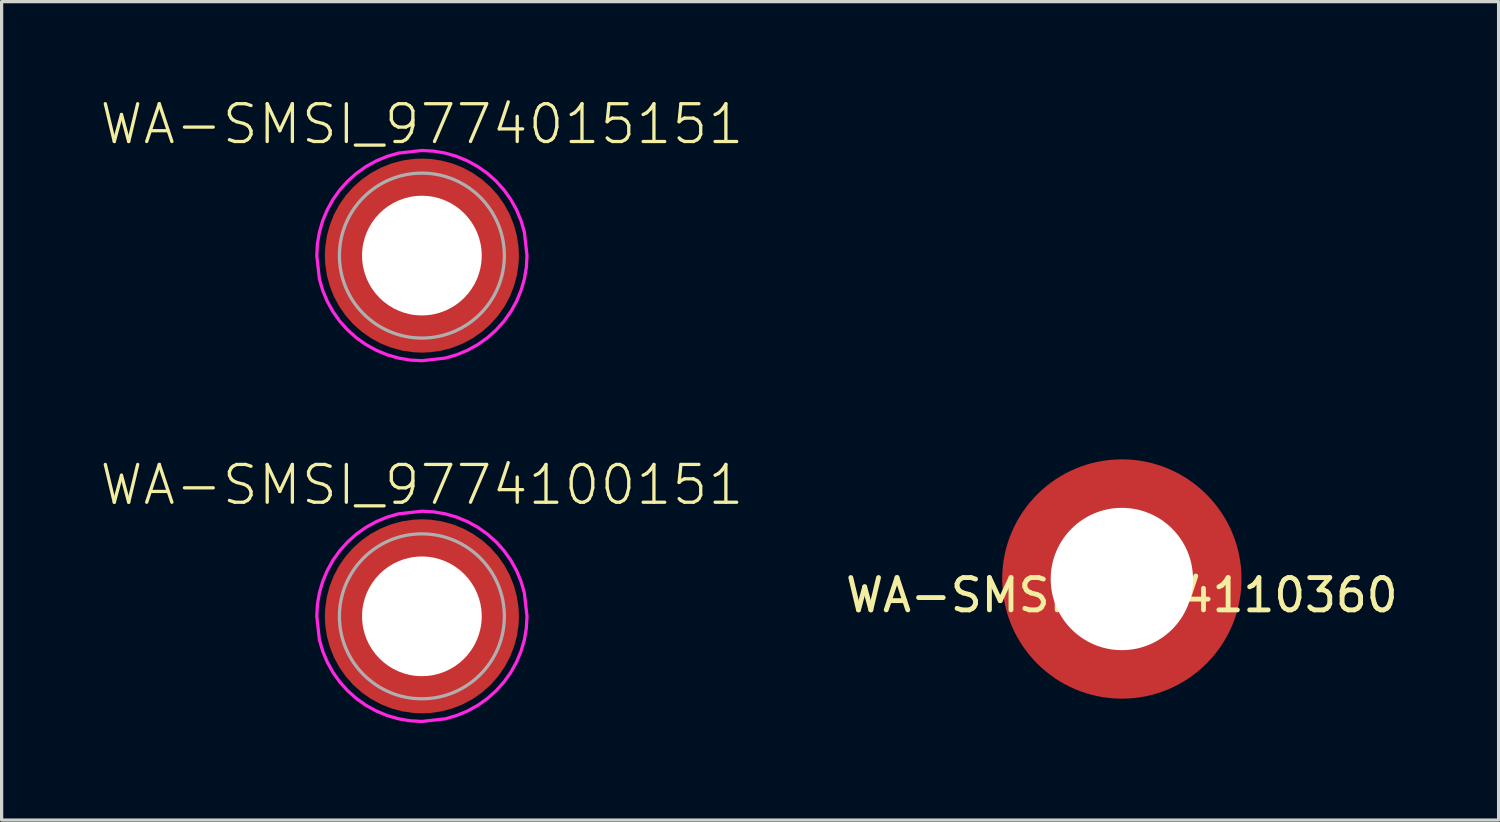
<source format=kicad_pcb>
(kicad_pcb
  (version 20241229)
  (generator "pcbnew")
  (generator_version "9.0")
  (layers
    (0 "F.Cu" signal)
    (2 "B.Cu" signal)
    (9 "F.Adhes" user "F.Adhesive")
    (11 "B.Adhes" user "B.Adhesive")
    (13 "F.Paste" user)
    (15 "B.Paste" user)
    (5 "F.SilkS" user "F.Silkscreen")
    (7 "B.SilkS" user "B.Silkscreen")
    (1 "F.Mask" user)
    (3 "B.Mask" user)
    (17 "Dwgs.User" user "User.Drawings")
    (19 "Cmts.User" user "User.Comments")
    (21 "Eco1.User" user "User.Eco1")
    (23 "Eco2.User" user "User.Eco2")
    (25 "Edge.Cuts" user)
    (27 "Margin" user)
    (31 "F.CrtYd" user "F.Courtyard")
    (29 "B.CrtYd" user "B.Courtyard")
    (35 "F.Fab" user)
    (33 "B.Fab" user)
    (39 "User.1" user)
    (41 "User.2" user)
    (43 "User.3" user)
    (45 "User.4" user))
  (footprint "WA-SMSI_9774015151"
    (layer "F.Cu")
    (at 9.995 4.853)
    (property "Reference" "WA-SMSI_9774015151" (at 0 -3.38 0) (layer "F.SilkS") (effects (font (size 1.168 1.168) (thickness 0.102)) (justify bottom)))
    (fp_poly (pts (xy -1.865 0.335) (xy -1.86 0.369) (xy -1.845 0.434) (xy -1.815 0.549) (xy -1.79 0.623) (xy -1.755 0.713) (xy -1.735 0.763) (xy -1.691 0.858) (xy -1.651 0.933) (xy -1.581 1.047) (xy -1.536 1.112) (xy -1.501 1.157) (xy -1.441 1.232) (xy -1.391 1.287) (xy -1.351 1.331) (xy -1.312 1.366) (xy -1.232 1.441) (xy -1.177 1.486) (xy -1.132 1.521) (xy -1.077 1.561) (xy -1.022 1.596) (xy -0.957 1.636) (xy -0.888 1.676) (xy -0.808 1.715) (xy -0.728 1.75) (xy -0.643 1.785) (xy -0.569 1.81) (xy -0.494 1.83) (xy -0.414 1.85) (xy -0.34 1.865) (xy -0.32 1.865) (xy -0.32 2.911) (xy -0.351 2.905) (xy -0.421 2.895) (xy -0.511 2.88) (xy -0.591 2.865) (xy -0.666 2.85) (xy -0.766 2.825) (xy -0.851 2.8) (xy -0.942 2.77) (xy -1.012 2.745) (xy -1.092 2.715) (xy -1.177 2.68) (xy -1.252 2.645) (xy -1.372 2.584) (xy -1.442 2.544) (xy -1.513 2.504) (xy -1.583 2.459) (xy -1.623 2.434) (xy -1.688 2.389) (xy -1.738 2.354) (xy -1.783 2.319) (xy -1.848 2.269) (xy -1.913 2.214) (xy -1.953 2.179) (xy -2.018 2.119) (xy -2.079 2.059) (xy -2.129 2.008) (xy -2.169 1.963) (xy -2.209 1.918) (xy -2.264 1.853) (xy -2.304 1.803) (xy -2.349 1.743) (xy -2.399 1.673) (xy -2.444 1.608) (xy -2.494 1.528) (xy -2.529 1.473) (xy -2.574 1.387) (xy -2.614 1.317) (xy -2.655 1.232) (xy -2.685 1.162) (xy -2.73 1.057) (xy -2.765 0.957) (xy -2.79 0.882) (xy -2.815 0.801) (xy -2.845 0.681) (xy -2.865 0.596) (xy -2.88 0.516) (xy -2.895 0.431) (xy -2.905 0.35) (xy -2.905 0.32) (xy -1.865 0.32)) (stroke (width 0) (type solid)) (fill yes) (layer "F.Paste"))
    (fp_poly (pts (xy -1.287 -1.391) (xy -1.331 -1.351) (xy -1.366 -1.312) (xy -1.441 -1.232) (xy -1.486 -1.177) (xy -1.521 -1.132) (xy -1.561 -1.077) (xy -1.596 -1.022) (xy -1.636 -0.957) (xy -1.676 -0.888) (xy -1.715 -0.808) (xy -1.75 -0.728) (xy -1.785 -0.643) (xy -1.81 -0.569) (xy -1.83 -0.494) (xy -1.85 -0.414) (xy -1.865 -0.34) (xy -1.865 -0.32) (xy -2.911 -0.32) (xy -2.905 -0.351) (xy -2.895 -0.421) (xy -2.88 -0.511) (xy -2.865 -0.591) (xy -2.85 -0.666) (xy -2.825 -0.766) (xy -2.8 -0.851) (xy -2.77 -0.942) (xy -2.745 -1.012) (xy -2.715 -1.092) (xy -2.68 -1.177) (xy -2.645 -1.252) (xy -2.584 -1.372) (xy -2.544 -1.442) (xy -2.504 -1.513) (xy -2.459 -1.583) (xy -2.434 -1.623) (xy -2.389 -1.688) (xy -2.354 -1.738) (xy -2.319 -1.783) (xy -2.269 -1.848) (xy -2.214 -1.913) (xy -2.179 -1.953) (xy -2.119 -2.018) (xy -2.059 -2.079) (xy -2.008 -2.129) (xy -1.963 -2.169) (xy -1.918 -2.209) (xy -1.853 -2.264) (xy -1.803 -2.304) (xy -1.743 -2.349) (xy -1.673 -2.399) (xy -1.608 -2.444) (xy -1.528 -2.494) (xy -1.473 -2.529) (xy -1.387 -2.574) (xy -1.317 -2.614) (xy -1.232 -2.655) (xy -1.162 -2.685) (xy -1.057 -2.73) (xy -0.957 -2.765) (xy -0.882 -2.79) (xy -0.801 -2.815) (xy -0.681 -2.845) (xy -0.596 -2.865) (xy -0.516 -2.88) (xy -0.431 -2.895) (xy -0.35 -2.905) (xy -0.32 -2.905) (xy -0.32 -1.865) (xy -0.335 -1.865) (xy -0.369 -1.86) (xy -0.434 -1.845) (xy -0.549 -1.815) (xy -0.623 -1.79) (xy -0.713 -1.755) (xy -0.763 -1.735) (xy -0.858 -1.691) (xy -0.933 -1.651) (xy -1.047 -1.581) (xy -1.112 -1.536) (xy -1.157 -1.501) (xy -1.232 -1.441)) (stroke (width 0) (type solid)) (fill yes) (layer "F.Paste"))
    (fp_poly (pts (xy 0.351 -2.905) (xy 0.421 -2.895) (xy 0.511 -2.88) (xy 0.591 -2.865) (xy 0.666 -2.85) (xy 0.766 -2.825) (xy 0.851 -2.8) (xy 0.942 -2.77) (xy 1.012 -2.745) (xy 1.092 -2.715) (xy 1.177 -2.68) (xy 1.252 -2.645) (xy 1.372 -2.584) (xy 1.442 -2.544) (xy 1.513 -2.504) (xy 1.583 -2.459) (xy 1.623 -2.434) (xy 1.688 -2.389) (xy 1.738 -2.354) (xy 1.783 -2.319) (xy 1.848 -2.269) (xy 1.913 -2.214) (xy 1.953 -2.179) (xy 2.018 -2.119) (xy 2.079 -2.059) (xy 2.129 -2.008) (xy 2.169 -1.963) (xy 2.209 -1.918) (xy 2.264 -1.853) (xy 2.304 -1.803) (xy 2.349 -1.743) (xy 2.399 -1.673) (xy 2.444 -1.608) (xy 2.494 -1.528) (xy 2.529 -1.473) (xy 2.574 -1.387) (xy 2.614 -1.317) (xy 2.655 -1.232) (xy 2.685 -1.162) (xy 2.73 -1.057) (xy 2.765 -0.957) (xy 2.79 -0.882) (xy 2.815 -0.801) (xy 2.845 -0.681) (xy 2.865 -0.596) (xy 2.88 -0.516) (xy 2.895 -0.431) (xy 2.905 -0.35) (xy 2.905 -0.32) (xy 1.865 -0.32) (xy 1.865 -0.335) (xy 1.86 -0.369) (xy 1.845 -0.434) (xy 1.815 -0.549) (xy 1.79 -0.623) (xy 1.755 -0.713) (xy 1.735 -0.763) (xy 1.691 -0.858) (xy 1.651 -0.933) (xy 1.581 -1.047) (xy 1.536 -1.112) (xy 1.501 -1.157) (xy 1.441 -1.232) (xy 1.391 -1.287) (xy 1.351 -1.331) (xy 1.312 -1.366) (xy 1.232 -1.441) (xy 1.177 -1.486) (xy 1.132 -1.521) (xy 1.077 -1.561) (xy 1.022 -1.596) (xy 0.957 -1.636) (xy 0.888 -1.676) (xy 0.808 -1.715) (xy 0.728 -1.75) (xy 0.643 -1.785) (xy 0.569 -1.81) (xy 0.494 -1.83) (xy 0.414 -1.85) (xy 0.34 -1.865) (xy 0.32 -1.865) (xy 0.32 -2.911)) (stroke (width 0) (type solid)) (fill yes) (layer "F.Paste"))
    (fp_poly (pts (xy 1.387 2.574) (xy 1.317 2.614) (xy 1.232 2.655) (xy 1.162 2.685) (xy 1.057 2.73) (xy 0.957 2.765) (xy 0.882 2.79) (xy 0.801 2.815) (xy 0.681 2.845) (xy 0.596 2.865) (xy 0.516 2.88) (xy 0.431 2.895) (xy 0.35 2.905) (xy 0.32 2.905) (xy 0.32 1.865) (xy 0.335 1.865) (xy 0.369 1.86) (xy 0.434 1.845) (xy 0.549 1.815) (xy 0.623 1.79) (xy 0.713 1.755) (xy 0.763 1.735) (xy 0.858 1.691) (xy 0.933 1.651) (xy 1.047 1.581) (xy 1.112 1.536) (xy 1.157 1.501) (xy 1.232 1.441) (xy 1.287 1.391) (xy 1.331 1.351) (xy 1.366 1.312) (xy 1.441 1.232) (xy 1.486 1.177) (xy 1.521 1.132) (xy 1.561 1.077) (xy 1.596 1.022) (xy 1.636 0.957) (xy 1.676 0.888) (xy 1.715 0.808) (xy 1.75 0.728) (xy 1.785 0.643) (xy 1.81 0.569) (xy 1.83 0.494) (xy 1.85 0.414) (xy 1.865 0.34) (xy 1.865 0.32) (xy 2.911 0.32) (xy 2.905 0.351) (xy 2.895 0.421) (xy 2.88 0.511) (xy 2.865 0.591) (xy 2.85 0.666) (xy 2.825 0.766) (xy 2.8 0.851) (xy 2.77 0.942) (xy 2.745 1.012) (xy 2.715 1.092) (xy 2.68 1.177) (xy 2.645 1.252) (xy 2.584 1.372) (xy 2.544 1.442) (xy 2.504 1.513) (xy 2.459 1.583) (xy 2.434 1.623) (xy 2.389 1.688) (xy 2.354 1.738) (xy 2.319 1.783) (xy 2.269 1.848) (xy 2.214 1.913) (xy 2.179 1.953) (xy 2.119 2.018) (xy 2.059 2.079) (xy 2.008 2.129) (xy 1.963 2.169) (xy 1.918 2.209) (xy 1.853 2.264) (xy 1.803 2.304) (xy 1.743 2.349) (xy 1.673 2.399) (xy 1.608 2.444) (xy 1.528 2.494) (xy 1.473 2.529)) (stroke (width 0) (type solid)) (fill yes) (layer "F.Paste"))
    (fp_poly (pts (xy 0.364 -3.23) (xy 0.723 -3.169) (xy 1.073 -3.068) (xy 1.41 -2.928) (xy 1.729 -2.752) (xy 2.026 -2.541) (xy 2.298 -2.298) (xy 2.541 -2.026) (xy 2.752 -1.729) (xy 2.928 -1.41) (xy 3.068 -1.073) (xy 3.169 -0.722) (xy 3.25 -0.001) (xy 3.23 0.364) (xy 3.169 0.723) (xy 3.068 1.073) (xy 2.928 1.41) (xy 2.752 1.729) (xy 2.541 2.026) (xy 2.298 2.298) (xy 2.026 2.541) (xy 1.729 2.752) (xy 1.41 2.928) (xy 1.073 3.068) (xy 0.722 3.169) (xy 0.001 3.25) (xy -0.364 3.23) (xy -0.723 3.169) (xy -1.073 3.068) (xy -1.41 2.928) (xy -1.729 2.752) (xy -2.026 2.541) (xy -2.298 2.298) (xy -2.541 2.026) (xy -2.752 1.729) (xy -2.928 1.41) (xy -3.068 1.073) (xy -3.169 0.722) (xy -3.25 0.001) (xy -3.23 -0.364) (xy -3.169 -0.723) (xy -3.068 -1.073) (xy -2.928 -1.41) (xy -2.752 -1.729) (xy -2.541 -2.026) (xy -2.298 -2.298) (xy -2.026 -2.541) (xy -1.729 -2.752) (xy -1.41 -2.928) (xy -1.073 -3.068) (xy -0.722 -3.169) (xy -0.001 -3.25)) (stroke (width 0.1) (type solid)) (fill no) (layer "F.CrtYd"))
    (fp_circle (center 0 0) (end 2.55 0) (stroke (width 0.1) (type solid)) (fill no) (layer "F.Fab"))
    (pad "" np_thru_hole circle (at 0 0) (size 3.7 3.7) (drill 3.7) (layers "*.Cu" "*.Mask"))
    (pad "1" smd roundrect (at 0 0) (size 6 6) (layers "F.Cu" "F.Mask") (roundrect_rratio 0.5)))
  (footprint "WA-SMSI_9774110360"
    (layer "F.Cu")
    (at 31.638 14.853)
    (property "Reference" "WA-SMSI_9774110360" (at 0 0.5 0) (layer "F.SilkS") (effects (font (size 1 1) (thickness 0.15))))
    (attr through_hole)
    (fp_arc (start -2.899998 -0.799999) (mid -2.127203 -2.127203) (end -0.799999 -2.899998) (stroke (width 1) (type default)) (layer "F.Paste"))
    (fp_arc (start -0.8 2.899998) (mid -2.127204 2.127203) (end -2.899999 0.799999) (stroke (width 1) (type default)) (layer "F.Paste"))
    (fp_arc (start 0.8 -2.899998) (mid 2.127204 -2.127203) (end 2.899999 -0.799999) (stroke (width 1) (type default)) (layer "F.Paste"))
    (fp_arc (start 2.899998 0.8) (mid 2.127203 2.127204) (end 0.799999 2.899999) (stroke (width 1) (type default)) (layer "F.Paste"))
    (pad "" np_thru_hole circle (at 0 0) (size 7.4 7.4) (drill 4.4) (layers "*.Mask" "F.Cu")))
  (footprint "WA-SMSI_9774100151"
    (layer "F.Cu")
    (at 9.995 16.007)
    (property "Reference" "WA-SMSI_9774100151" (at 0 -3.38 0) (layer "F.SilkS") (effects (font (size 1.168 1.168) (thickness 0.102)) (justify bottom)))
    (fp_poly (pts (xy -1.865 0.335) (xy -1.86 0.369) (xy -1.845 0.434) (xy -1.815 0.549) (xy -1.79 0.623) (xy -1.755 0.713) (xy -1.735 0.763) (xy -1.691 0.858) (xy -1.651 0.933) (xy -1.581 1.047) (xy -1.536 1.112) (xy -1.501 1.157) (xy -1.441 1.232) (xy -1.391 1.287) (xy -1.351 1.331) (xy -1.312 1.366) (xy -1.232 1.441) (xy -1.177 1.486) (xy -1.132 1.521) (xy -1.077 1.561) (xy -1.022 1.596) (xy -0.957 1.636) (xy -0.888 1.676) (xy -0.808 1.715) (xy -0.728 1.75) (xy -0.643 1.785) (xy -0.569 1.81) (xy -0.494 1.83) (xy -0.414 1.85) (xy -0.34 1.865) (xy -0.32 1.865) (xy -0.32 2.911) (xy -0.351 2.905) (xy -0.421 2.895) (xy -0.511 2.88) (xy -0.591 2.865) (xy -0.666 2.85) (xy -0.766 2.825) (xy -0.851 2.8) (xy -0.942 2.77) (xy -1.012 2.745) (xy -1.092 2.715) (xy -1.177 2.68) (xy -1.252 2.645) (xy -1.372 2.584) (xy -1.442 2.544) (xy -1.513 2.504) (xy -1.583 2.459) (xy -1.623 2.434) (xy -1.688 2.389) (xy -1.738 2.354) (xy -1.783 2.319) (xy -1.848 2.269) (xy -1.913 2.214) (xy -1.953 2.179) (xy -2.018 2.119) (xy -2.079 2.059) (xy -2.129 2.008) (xy -2.169 1.963) (xy -2.209 1.918) (xy -2.264 1.853) (xy -2.304 1.803) (xy -2.349 1.743) (xy -2.399 1.673) (xy -2.444 1.608) (xy -2.494 1.528) (xy -2.529 1.473) (xy -2.574 1.387) (xy -2.614 1.317) (xy -2.655 1.232) (xy -2.685 1.162) (xy -2.73 1.057) (xy -2.765 0.957) (xy -2.79 0.882) (xy -2.815 0.801) (xy -2.845 0.681) (xy -2.865 0.596) (xy -2.88 0.516) (xy -2.895 0.431) (xy -2.905 0.35) (xy -2.905 0.32) (xy -1.865 0.32)) (stroke (width 0) (type solid)) (fill yes) (layer "F.Paste"))
    (fp_poly (pts (xy -1.287 -1.391) (xy -1.331 -1.351) (xy -1.366 -1.312) (xy -1.441 -1.232) (xy -1.486 -1.177) (xy -1.521 -1.132) (xy -1.561 -1.077) (xy -1.596 -1.022) (xy -1.636 -0.957) (xy -1.676 -0.888) (xy -1.715 -0.808) (xy -1.75 -0.728) (xy -1.785 -0.643) (xy -1.81 -0.569) (xy -1.83 -0.494) (xy -1.85 -0.414) (xy -1.865 -0.34) (xy -1.865 -0.32) (xy -2.911 -0.32) (xy -2.905 -0.351) (xy -2.895 -0.421) (xy -2.88 -0.511) (xy -2.865 -0.591) (xy -2.85 -0.666) (xy -2.825 -0.766) (xy -2.8 -0.851) (xy -2.77 -0.942) (xy -2.745 -1.012) (xy -2.715 -1.092) (xy -2.68 -1.177) (xy -2.645 -1.252) (xy -2.584 -1.372) (xy -2.544 -1.442) (xy -2.504 -1.513) (xy -2.459 -1.583) (xy -2.434 -1.623) (xy -2.389 -1.688) (xy -2.354 -1.738) (xy -2.319 -1.783) (xy -2.269 -1.848) (xy -2.214 -1.913) (xy -2.179 -1.953) (xy -2.119 -2.018) (xy -2.059 -2.079) (xy -2.008 -2.129) (xy -1.963 -2.169) (xy -1.918 -2.209) (xy -1.853 -2.264) (xy -1.803 -2.304) (xy -1.743 -2.349) (xy -1.673 -2.399) (xy -1.608 -2.444) (xy -1.528 -2.494) (xy -1.473 -2.529) (xy -1.387 -2.574) (xy -1.317 -2.614) (xy -1.232 -2.655) (xy -1.162 -2.685) (xy -1.057 -2.73) (xy -0.957 -2.765) (xy -0.882 -2.79) (xy -0.801 -2.815) (xy -0.681 -2.845) (xy -0.596 -2.865) (xy -0.516 -2.88) (xy -0.431 -2.895) (xy -0.35 -2.905) (xy -0.32 -2.905) (xy -0.32 -1.865) (xy -0.335 -1.865) (xy -0.369 -1.86) (xy -0.434 -1.845) (xy -0.549 -1.815) (xy -0.623 -1.79) (xy -0.713 -1.755) (xy -0.763 -1.735) (xy -0.858 -1.691) (xy -0.933 -1.651) (xy -1.047 -1.581) (xy -1.112 -1.536) (xy -1.157 -1.501) (xy -1.232 -1.441)) (stroke (width 0) (type solid)) (fill yes) (layer "F.Paste"))
    (fp_poly (pts (xy 0.351 -2.905) (xy 0.421 -2.895) (xy 0.511 -2.88) (xy 0.591 -2.865) (xy 0.666 -2.85) (xy 0.766 -2.825) (xy 0.851 -2.8) (xy 0.942 -2.77) (xy 1.012 -2.745) (xy 1.092 -2.715) (xy 1.177 -2.68) (xy 1.252 -2.645) (xy 1.372 -2.584) (xy 1.442 -2.544) (xy 1.513 -2.504) (xy 1.583 -2.459) (xy 1.623 -2.434) (xy 1.688 -2.389) (xy 1.738 -2.354) (xy 1.783 -2.319) (xy 1.848 -2.269) (xy 1.913 -2.214) (xy 1.953 -2.179) (xy 2.018 -2.119) (xy 2.079 -2.059) (xy 2.129 -2.008) (xy 2.169 -1.963) (xy 2.209 -1.918) (xy 2.264 -1.853) (xy 2.304 -1.803) (xy 2.349 -1.743) (xy 2.399 -1.673) (xy 2.444 -1.608) (xy 2.494 -1.528) (xy 2.529 -1.473) (xy 2.574 -1.387) (xy 2.614 -1.317) (xy 2.655 -1.232) (xy 2.685 -1.162) (xy 2.73 -1.057) (xy 2.765 -0.957) (xy 2.79 -0.882) (xy 2.815 -0.801) (xy 2.845 -0.681) (xy 2.865 -0.596) (xy 2.88 -0.516) (xy 2.895 -0.431) (xy 2.905 -0.35) (xy 2.905 -0.32) (xy 1.865 -0.32) (xy 1.865 -0.335) (xy 1.86 -0.369) (xy 1.845 -0.434) (xy 1.815 -0.549) (xy 1.79 -0.623) (xy 1.755 -0.713) (xy 1.735 -0.763) (xy 1.691 -0.858) (xy 1.651 -0.933) (xy 1.581 -1.047) (xy 1.536 -1.112) (xy 1.501 -1.157) (xy 1.441 -1.232) (xy 1.391 -1.287) (xy 1.351 -1.331) (xy 1.312 -1.366) (xy 1.232 -1.441) (xy 1.177 -1.486) (xy 1.132 -1.521) (xy 1.077 -1.561) (xy 1.022 -1.596) (xy 0.957 -1.636) (xy 0.888 -1.676) (xy 0.808 -1.715) (xy 0.728 -1.75) (xy 0.643 -1.785) (xy 0.569 -1.81) (xy 0.494 -1.83) (xy 0.414 -1.85) (xy 0.34 -1.865) (xy 0.32 -1.865) (xy 0.32 -2.911)) (stroke (width 0) (type solid)) (fill yes) (layer "F.Paste"))
    (fp_poly (pts (xy 1.387 2.574) (xy 1.317 2.614) (xy 1.232 2.655) (xy 1.162 2.685) (xy 1.057 2.73) (xy 0.957 2.765) (xy 0.882 2.79) (xy 0.801 2.815) (xy 0.681 2.845) (xy 0.596 2.865) (xy 0.516 2.88) (xy 0.431 2.895) (xy 0.35 2.905) (xy 0.32 2.905) (xy 0.32 1.865) (xy 0.335 1.865) (xy 0.369 1.86) (xy 0.434 1.845) (xy 0.549 1.815) (xy 0.623 1.79) (xy 0.713 1.755) (xy 0.763 1.735) (xy 0.858 1.691) (xy 0.933 1.651) (xy 1.047 1.581) (xy 1.112 1.536) (xy 1.157 1.501) (xy 1.232 1.441) (xy 1.287 1.391) (xy 1.331 1.351) (xy 1.366 1.312) (xy 1.441 1.232) (xy 1.486 1.177) (xy 1.521 1.132) (xy 1.561 1.077) (xy 1.596 1.022) (xy 1.636 0.957) (xy 1.676 0.888) (xy 1.715 0.808) (xy 1.75 0.728) (xy 1.785 0.643) (xy 1.81 0.569) (xy 1.83 0.494) (xy 1.85 0.414) (xy 1.865 0.34) (xy 1.865 0.32) (xy 2.911 0.32) (xy 2.905 0.351) (xy 2.895 0.421) (xy 2.88 0.511) (xy 2.865 0.591) (xy 2.85 0.666) (xy 2.825 0.766) (xy 2.8 0.851) (xy 2.77 0.942) (xy 2.745 1.012) (xy 2.715 1.092) (xy 2.68 1.177) (xy 2.645 1.252) (xy 2.584 1.372) (xy 2.544 1.442) (xy 2.504 1.513) (xy 2.459 1.583) (xy 2.434 1.623) (xy 2.389 1.688) (xy 2.354 1.738) (xy 2.319 1.783) (xy 2.269 1.848) (xy 2.214 1.913) (xy 2.179 1.953) (xy 2.119 2.018) (xy 2.059 2.079) (xy 2.008 2.129) (xy 1.963 2.169) (xy 1.918 2.209) (xy 1.853 2.264) (xy 1.803 2.304) (xy 1.743 2.349) (xy 1.673 2.399) (xy 1.608 2.444) (xy 1.528 2.494) (xy 1.473 2.529)) (stroke (width 0) (type solid)) (fill yes) (layer "F.Paste"))
    (fp_poly (pts (xy 0.364 -3.23) (xy 0.723 -3.169) (xy 1.073 -3.068) (xy 1.41 -2.928) (xy 1.729 -2.752) (xy 2.026 -2.541) (xy 2.298 -2.298) (xy 2.541 -2.026) (xy 2.752 -1.729) (xy 2.928 -1.41) (xy 3.068 -1.073) (xy 3.169 -0.722) (xy 3.25 -0.001) (xy 3.23 0.364) (xy 3.169 0.723) (xy 3.068 1.073) (xy 2.928 1.41) (xy 2.752 1.729) (xy 2.541 2.026) (xy 2.298 2.298) (xy 2.026 2.541) (xy 1.729 2.752) (xy 1.41 2.928) (xy 1.073 3.068) (xy 0.722 3.169) (xy 0.001 3.25) (xy -0.364 3.23) (xy -0.723 3.169) (xy -1.073 3.068) (xy -1.41 2.928) (xy -1.729 2.752) (xy -2.026 2.541) (xy -2.298 2.298) (xy -2.541 2.026) (xy -2.752 1.729) (xy -2.928 1.41) (xy -3.068 1.073) (xy -3.169 0.722) (xy -3.25 0.001) (xy -3.23 -0.364) (xy -3.169 -0.723) (xy -3.068 -1.073) (xy -2.928 -1.41) (xy -2.752 -1.729) (xy -2.541 -2.026) (xy -2.298 -2.298) (xy -2.026 -2.541) (xy -1.729 -2.752) (xy -1.41 -2.928) (xy -1.073 -3.068) (xy -0.722 -3.169) (xy -0.001 -3.25)) (stroke (width 0.1) (type solid)) (fill no) (layer "F.CrtYd"))
    (fp_circle (center 0 0) (end 2.55 0) (stroke (width 0.1) (type solid)) (fill no) (layer "F.Fab"))
    (pad "" np_thru_hole circle (at 0 0) (size 3.7 3.7) (drill 3.7) (layers "*.Cu" "*.Mask"))
    (pad "1" smd roundrect (at 0 0) (size 6 6) (layers "F.Cu" "F.Mask") (roundrect_rratio 0.5)))
  (gr_rect
    (start -3 -3)
    (end 43.287 22.307)
    (stroke (width 0.1) (type default))
    (fill no)
    (layer "Edge.Cuts")))
</source>
